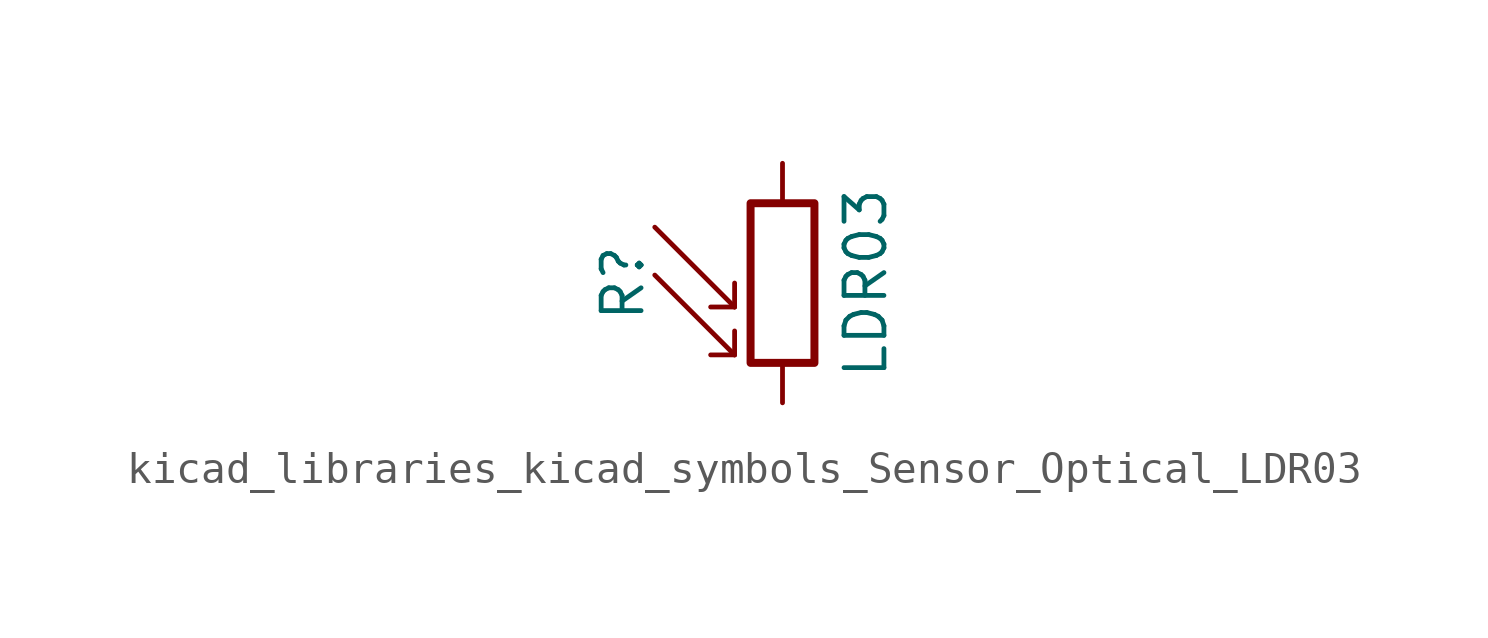
<source format=kicad_sym>
(kicad_symbol_lib
  (version 20220914)
  (generator kicad_symbol_editor)
  (symbol "kicad_libraries_kicad_symbols_Sensor_Optical_LDR03"
    (pin_numbers hide)
    (pin_names
      (offset 0))
    (property "Reference" "R"
      (at -5.08 0 90)
      (effects (font (size 1.27 1.27))))
    (property "Value" "LDR03"
      (at 1.905 0 90)
      (effects (font (size 1.27 1.27)) (justify top)))
    (symbol "kicad_libraries_kicad_symbols_Sensor_Optical_LDR03_0_1"
      (rectangle (start -1.016 2.54) (end 1.016 -2.54) (stroke (width 0.254) (type default)) (fill (type none)))
      (polyline (pts (xy -1.524 -2.286) (xy -4.064 0.254)) (stroke (width 0) (type default)) (fill (type none)))
      (polyline (pts (xy -1.524 -2.286) (xy -2.286 -2.286)) (stroke (width 0) (type default)) (fill (type none)))
      (polyline (pts (xy -1.524 -2.286) (xy -1.524 -1.524)) (stroke (width 0) (type default)) (fill (type none)))
      (polyline (pts (xy -1.524 -0.762) (xy -4.064 1.778)) (stroke (width 0) (type default)) (fill (type none)))
      (polyline (pts (xy -1.524 -0.762) (xy -2.286 -0.762)) (stroke (width 0) (type default)) (fill (type none)))
      (polyline (pts (xy -1.524 -0.762) (xy -1.524 0)) (stroke (width 0) (type default)) (fill (type none))))
    (symbol "kicad_libraries_kicad_symbols_Sensor_Optical_LDR03_1_1"
      (pin passive line (at 0 3.81 270) (length 1.27) (name "~" (effects (font (size 1.27 1.27)))) (number "1" (effects (font (size 1.27 1.27)))))
      (pin passive line (at 0 -3.81 90) (length 1.27) (name "~" (effects (font (size 1.27 1.27)))) (number "2" (effects (font (size 1.27 1.27))))))))
</source>
